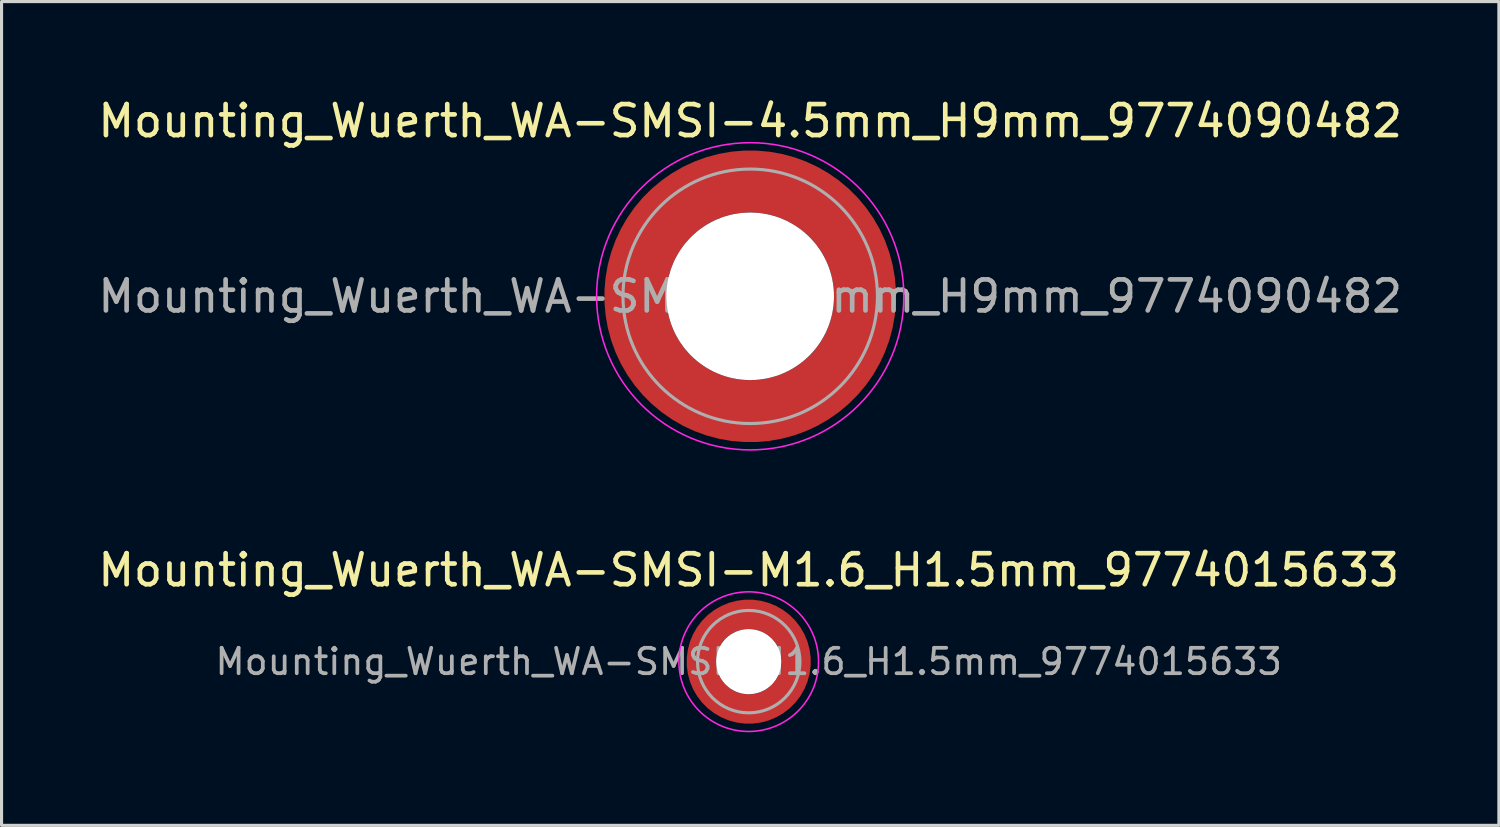
<source format=kicad_pcb>
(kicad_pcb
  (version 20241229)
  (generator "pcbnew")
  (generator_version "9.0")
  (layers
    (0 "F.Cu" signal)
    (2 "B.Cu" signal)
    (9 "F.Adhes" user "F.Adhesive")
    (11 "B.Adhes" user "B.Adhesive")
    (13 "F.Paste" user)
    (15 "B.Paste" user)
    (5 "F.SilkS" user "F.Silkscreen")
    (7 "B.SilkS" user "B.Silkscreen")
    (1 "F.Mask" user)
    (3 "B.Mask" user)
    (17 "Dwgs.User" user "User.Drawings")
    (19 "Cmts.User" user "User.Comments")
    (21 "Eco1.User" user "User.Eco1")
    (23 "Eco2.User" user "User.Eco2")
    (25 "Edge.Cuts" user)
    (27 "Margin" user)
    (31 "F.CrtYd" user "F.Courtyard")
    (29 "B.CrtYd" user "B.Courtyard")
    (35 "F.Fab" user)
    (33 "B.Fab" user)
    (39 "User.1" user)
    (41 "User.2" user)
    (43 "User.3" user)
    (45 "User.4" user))
  (footprint "Mounting_Wuerth_WA-SMSI-M1.6_H1.5mm_9774015633"
    (layer "F.Cu")
    (at 21.077 18.271)
    (property "Reference" "Mounting_Wuerth_WA-SMSI-M1.6_H1.5mm_9774015633" (at 0 -2.95 0) (layer "F.SilkS") (effects (font (size 1 1) (thickness 0.15))))
    (attr smd)
    (fp_circle (center 0 0) (end 2.25 0) (stroke (width 0.05) (type solid)) (fill no) (layer "F.CrtYd"))
    (fp_circle (center 0 0) (end 1.65 0) (stroke (width 0.1) (type solid)) (fill no) (layer "F.Fab"))
    (fp_text user "${REFERENCE}" (at 0 0 0) (layer "F.Fab") (effects (font (size 0.82 0.82) (thickness 0.12))))
    (pad "" smd custom (at -1.061 -1.061) (size 0.4 0.4) (layers "F.Paste") (options (anchor circle)) (primitives (gr_arc (start -0.101235 0.76066) (mid 0.211799 0.212465) (end 0.759748 -0.100999) (width 0.2)) (gr_arc (start -0.204251 0.76066) (mid 0.141299 0.141544) (end 0.760323 -0.204171) (width 0.2)) (gr_arc (start -0.306819 0.76066) (mid 0.070255 0.071167) (end 0.759401 -0.306542) (width 0.2)) (gr_arc (start -0.409034 0.76066) (mid -0.000242 0.000241) (end 0.759991 -0.408897) (width 0.2)) (gr_arc (start -0.510963 0.76066) (mid -0.071561 -0.06986) (end 0.758297 -0.51051) (width 0.2)) (gr_arc (start -0.61266 0.76066) (mid -0.142171 -0.140671) (end 0.758572 -0.612284) (width 0.2)) (gr_arc (start -0.714164 0.76066) (mid -0.212264 -0.212) (end 0.760292 -0.714102) (width 0.2)) (gr_line (start 0.761 -0.101) (end 0.761 -0.714) (width 0.2)) (gr_line (start -0.101 0.761) (end -0.714 0.761) (width 0.2))))
    (pad "" smd custom (at -1.061 1.061) (size 0.4 0.4) (layers "F.Paste") (options (anchor circle)) (primitives (gr_arc (start 0.76066 0.101235) (mid 0.212465 -0.211799) (end -0.100999 -0.759748) (width 0.2)) (gr_arc (start 0.76066 0.204251) (mid 0.141544 -0.141299) (end -0.204171 -0.760323) (width 0.2)) (gr_arc (start 0.76066 0.306819) (mid 0.071167 -0.070255) (end -0.306542 -0.759401) (width 0.2)) (gr_arc (start 0.76066 0.409034) (mid 0.000241 0.000242) (end -0.408897 -0.759991) (width 0.2)) (gr_arc (start 0.76066 0.510963) (mid -0.06986 0.071561) (end -0.51051 -0.758297) (width 0.2)) (gr_arc (start 0.76066 0.61266) (mid -0.140671 0.142171) (end -0.612284 -0.758572) (width 0.2)) (gr_arc (start 0.76066 0.714164) (mid -0.212 0.212264) (end -0.714102 -0.760292) (width 0.2)) (gr_line (start -0.101 -0.761) (end -0.714 -0.761) (width 0.2)) (gr_line (start 0.761 0.101) (end 0.761 0.714) (width 0.2))))
    (pad "" np_thru_hole circle (at 0 0) (size 2.1 2.1) (drill 2.1) (layers "*.Cu" "*.Mask"))
    (pad "" smd custom (at 1.061 -1.061) (size 0.4 0.4) (layers "F.Paste") (options (anchor circle)) (primitives (gr_arc (start -0.76066 -0.101235) (mid -0.212465 0.211799) (end 0.100999 0.759748) (width 0.2)) (gr_arc (start -0.76066 -0.204251) (mid -0.141544 0.141299) (end 0.204171 0.760323) (width 0.2)) (gr_arc (start -0.76066 -0.306819) (mid -0.071167 0.070255) (end 0.306542 0.759401) (width 0.2)) (gr_arc (start -0.76066 -0.409034) (mid -0.000241 -0.000242) (end 0.408897 0.759991) (width 0.2)) (gr_arc (start -0.76066 -0.510963) (mid 0.06986 -0.071561) (end 0.51051 0.758297) (width 0.2)) (gr_arc (start -0.76066 -0.61266) (mid 0.140671 -0.142171) (end 0.612284 0.758572) (width 0.2)) (gr_arc (start -0.76066 -0.714164) (mid 0.212 -0.212264) (end 0.714102 0.760292) (width 0.2)) (gr_line (start 0.101 0.761) (end 0.714 0.761) (width 0.2)) (gr_line (start -0.761 -0.101) (end -0.761 -0.714) (width 0.2))))
    (pad "" smd custom (at 1.061 1.061) (size 0.4 0.4) (layers "F.Paste") (options (anchor circle)) (primitives (gr_arc (start 0.101235 -0.76066) (mid -0.211799 -0.212465) (end -0.759748 0.100999) (width 0.2)) (gr_arc (start 0.204251 -0.76066) (mid -0.141299 -0.141544) (end -0.760323 0.204171) (width 0.2)) (gr_arc (start 0.306819 -0.76066) (mid -0.070255 -0.071167) (end -0.759401 0.306542) (width 0.2)) (gr_arc (start 0.409034 -0.76066) (mid 0.000242 -0.000241) (end -0.759991 0.408897) (width 0.2)) (gr_arc (start 0.510963 -0.76066) (mid 0.071561 0.06986) (end -0.758297 0.51051) (width 0.2)) (gr_arc (start 0.61266 -0.76066) (mid 0.142171 0.140671) (end -0.758572 0.612284) (width 0.2)) (gr_arc (start 0.714164 -0.76066) (mid 0.212264 0.212) (end -0.760292 0.714102) (width 0.2)) (gr_line (start -0.761 0.101) (end -0.761 0.714) (width 0.2)) (gr_line (start 0.101 -0.761) (end 0.714 -0.761) (width 0.2))))
    (pad "1" smd circle (at -1.525 0) (size 0.55 0.55) (layers "F.Cu"))
    (pad "1" smd circle (at 0 -1.525) (size 0.55 0.55) (layers "F.Cu"))
    (pad "1" smd circle (at 0 1.525) (size 0.55 0.55) (layers "F.Cu"))
    (pad "1" smd custom (at 1.525 0) (size 0.55 0.55) (layers "F.Cu" "F.Mask") (options (anchor circle)) (primitives (gr_circle (center -1.525 0) (end 0 0) (width 0.95) (fill no)))))
  (footprint "Mounting_Wuerth_WA-SMSI-4.5mm_H9mm_9774090482"
    (layer "F.Cu")
    (at 21.125 6.498)
    (property "Reference" "Mounting_Wuerth_WA-SMSI-4.5mm_H9mm_9774090482" (at 0 -5.65 0) (layer "F.SilkS") (effects (font (size 1 1) (thickness 0.15))))
    (attr smd)
    (fp_circle (center 0 0) (end 4.95 0) (stroke (width 0.05) (type solid)) (fill no) (layer "F.CrtYd"))
    (fp_circle (center 0 0) (end 4.1 0) (stroke (width 0.1) (type solid)) (fill no) (layer "F.Fab"))
    (fp_text user "${REFERENCE}" (at 0 0 0) (layer "F.Fab") (effects (font (size 1 1) (thickness 0.15))))
    (pad "" smd custom (at -2.607 -2.607) (size 1.495 1.495) (layers "F.Paste") (options (anchor circle)) (primitives (gr_arc (start -0.188183 2.107456) (mid 0.598928 0.599619) (end 2.106494 -0.188011) (width 0.2)) (gr_arc (start -0.289416 2.107456) (mid 0.528508 0.529033) (end 2.106724 -0.28929) (width 0.2)) (gr_arc (start -0.390547 2.107456) (mid 0.457087 0.459449) (end 2.104161 -0.389996) (width 0.2)) (gr_arc (start -0.491585 2.107456) (mid 0.386415 0.389116) (end 2.103685 -0.490974) (width 0.2)) (gr_arc (start -0.59254 2.107456) (mid 0.31649 0.318035) (end 2.105297 -0.592202) (width 0.2)) (gr_arc (start -0.693419 2.107456) (mid 0.245252 0.248268) (end 2.103239 -0.692777) (width 0.2)) (gr_arc (start -0.794229 2.107456) (mid 0.174636 0.177878) (end 2.102921 -0.793559) (width 0.2)) (gr_arc (start -0.894975 2.107456) (mid 0.104643 0.106866) (end 2.104343 -0.894529) (width 0.2)) (gr_arc (start -0.995664 2.107456) (mid 0.033026 0.037479) (end 2.101219 -0.994793) (width 0.2)) (gr_arc (start -1.0963 2.107456) (mid -0.035789 -0.034714) (end 2.105949 -1.096096) (width 0.2)) (gr_arc (start -1.196886 2.107456) (mid -0.106351 -0.105157) (end 2.105783 -1.196666) (width 0.2)) (gr_arc (start -1.297427 2.107456) (mid -0.176416 -0.176097) (end 2.107009 -1.29737) (width 0.2)) (gr_arc (start -1.397927 2.107456) (mid -0.248476 -0.245042) (end 2.102638 -1.397323) (width 0.2)) (gr_arc (start -1.498388 2.107456) (mid -0.317612 -0.316913) (end 2.106475 -1.498268) (width 0.2)) (gr_arc (start -1.598813 2.107456) (mid -0.388865 -0.386665) (end 2.104366 -1.598444) (width 0.2)) (gr_arc (start -1.699204 2.107456) (mid -0.459747 -0.456787) (end 2.103299 -1.698719) (width 0.2)) (gr_arc (start -1.799565 2.107456) (mid -0.530257 -0.527283) (end 2.103277 -1.799089) (width 0.2)) (gr_arc (start -1.899896 2.107456) (mid -0.600396 -0.59815) (end 2.104299 -1.899545) (width 0.2)) (gr_arc (start -1.899896 2.107456) (mid -0.600396 -0.59815) (end 2.104299 -1.899545) (width 0.2)) (gr_line (start 2.107 -0.188) (end 2.107 -1.9) (width 0.2)) (gr_line (start -0.188 2.107) (end -1.9 2.107) (width 0.2))))
    (pad "" smd custom (at -2.607 2.607) (size 1.495 1.495) (layers "F.Paste") (options (anchor circle)) (primitives (gr_arc (start 2.107456 0.188183) (mid 0.599619 -0.598928) (end -0.188011 -2.106494) (width 0.2)) (gr_arc (start 2.107456 0.289416) (mid 0.529033 -0.528508) (end -0.28929 -2.106724) (width 0.2)) (gr_arc (start 2.107456 0.390547) (mid 0.459449 -0.457087) (end -0.389996 -2.104161) (width 0.2)) (gr_arc (start 2.107456 0.491585) (mid 0.389116 -0.386415) (end -0.490974 -2.103685) (width 0.2)) (gr_arc (start 2.107456 0.59254) (mid 0.318035 -0.31649) (end -0.592202 -2.105297) (width 0.2)) (gr_arc (start 2.107456 0.693419) (mid 0.248268 -0.245252) (end -0.692777 -2.103239) (width 0.2)) (gr_arc (start 2.107456 0.794229) (mid 0.177878 -0.174636) (end -0.793559 -2.102921) (width 0.2)) (gr_arc (start 2.107456 0.894975) (mid 0.106866 -0.104643) (end -0.894529 -2.104343) (width 0.2)) (gr_arc (start 2.107456 0.995664) (mid 0.037479 -0.033026) (end -0.994793 -2.101219) (width 0.2)) (gr_arc (start 2.107456 1.0963) (mid -0.034714 0.035789) (end -1.096096 -2.105949) (width 0.2)) (gr_arc (start 2.107456 1.196886) (mid -0.105157 0.106351) (end -1.196666 -2.105783) (width 0.2)) (gr_arc (start 2.107456 1.297427) (mid -0.176097 0.176416) (end -1.29737 -2.107009) (width 0.2)) (gr_arc (start 2.107456 1.397927) (mid -0.245042 0.248476) (end -1.397323 -2.102638) (width 0.2)) (gr_arc (start 2.107456 1.498388) (mid -0.316913 0.317612) (end -1.498268 -2.106475) (width 0.2)) (gr_arc (start 2.107456 1.598813) (mid -0.386665 0.388865) (end -1.598444 -2.104366) (width 0.2)) (gr_arc (start 2.107456 1.699204) (mid -0.456787 0.459747) (end -1.698719 -2.103299) (width 0.2)) (gr_arc (start 2.107456 1.799565) (mid -0.527283 0.530257) (end -1.799089 -2.103277) (width 0.2)) (gr_arc (start 2.107456 1.899896) (mid -0.59815 0.600396) (end -1.899545 -2.104299) (width 0.2)) (gr_arc (start 2.107456 1.899896) (mid -0.59815 0.600396) (end -1.899545 -2.104299) (width 0.2)) (gr_line (start -0.188 -2.107) (end -1.9 -2.107) (width 0.2)) (gr_line (start 2.107 0.188) (end 2.107 1.9) (width 0.2))))
    (pad "" np_thru_hole circle (at 0 0) (size 5.4 5.4) (drill 5.4) (layers "*.Cu" "*.Mask"))
    (pad "" smd custom (at 2.607 -2.607) (size 1.495 1.495) (layers "F.Paste") (options (anchor circle)) (primitives (gr_arc (start -2.107456 -0.188183) (mid -0.599619 0.598928) (end 0.188011 2.106494) (width 0.2)) (gr_arc (start -2.107456 -0.289416) (mid -0.529033 0.528508) (end 0.28929 2.106724) (width 0.2)) (gr_arc (start -2.107456 -0.390547) (mid -0.459449 0.457087) (end 0.389996 2.104161) (width 0.2)) (gr_arc (start -2.107456 -0.491585) (mid -0.389116 0.386415) (end 0.490974 2.103685) (width 0.2)) (gr_arc (start -2.107456 -0.59254) (mid -0.318035 0.31649) (end 0.592202 2.105297) (width 0.2)) (gr_arc (start -2.107456 -0.693419) (mid -0.248268 0.245252) (end 0.692777 2.103239) (width 0.2)) (gr_arc (start -2.107456 -0.794229) (mid -0.177878 0.174636) (end 0.793559 2.102921) (width 0.2)) (gr_arc (start -2.107456 -0.894975) (mid -0.106866 0.104643) (end 0.894529 2.104343) (width 0.2)) (gr_arc (start -2.107456 -0.995664) (mid -0.037479 0.033026) (end 0.994793 2.101219) (width 0.2)) (gr_arc (start -2.107456 -1.0963) (mid 0.034714 -0.035789) (end 1.096096 2.105949) (width 0.2)) (gr_arc (start -2.107456 -1.196886) (mid 0.105157 -0.106351) (end 1.196666 2.105783) (width 0.2)) (gr_arc (start -2.107456 -1.297427) (mid 0.176097 -0.176416) (end 1.29737 2.107009) (width 0.2)) (gr_arc (start -2.107456 -1.397927) (mid 0.245042 -0.248476) (end 1.397323 2.102638) (width 0.2)) (gr_arc (start -2.107456 -1.498388) (mid 0.316913 -0.317612) (end 1.498268 2.106475) (width 0.2)) (gr_arc (start -2.107456 -1.598813) (mid 0.386665 -0.388865) (end 1.598444 2.104366) (width 0.2)) (gr_arc (start -2.107456 -1.699204) (mid 0.456787 -0.459747) (end 1.698719 2.103299) (width 0.2)) (gr_arc (start -2.107456 -1.799565) (mid 0.527283 -0.530257) (end 1.799089 2.103277) (width 0.2)) (gr_arc (start -2.107456 -1.899896) (mid 0.59815 -0.600396) (end 1.899545 2.104299) (width 0.2)) (gr_arc (start -2.107456 -1.899896) (mid 0.59815 -0.600396) (end 1.899545 2.104299) (width 0.2)) (gr_line (start 0.188 2.107) (end 1.9 2.107) (width 0.2)) (gr_line (start -2.107 -0.188) (end -2.107 -1.9) (width 0.2))))
    (pad "" smd custom (at 2.607 2.607) (size 1.495 1.495) (layers "F.Paste") (options (anchor circle)) (primitives (gr_arc (start 0.188183 -2.107456) (mid -0.598928 -0.599619) (end -2.106494 0.188011) (width 0.2)) (gr_arc (start 0.289416 -2.107456) (mid -0.528508 -0.529033) (end -2.106724 0.28929) (width 0.2)) (gr_arc (start 0.390547 -2.107456) (mid -0.457087 -0.459449) (end -2.104161 0.389996) (width 0.2)) (gr_arc (start 0.491585 -2.107456) (mid -0.386415 -0.389116) (end -2.103685 0.490974) (width 0.2)) (gr_arc (start 0.59254 -2.107456) (mid -0.31649 -0.318035) (end -2.105297 0.592202) (width 0.2)) (gr_arc (start 0.693419 -2.107456) (mid -0.245252 -0.248268) (end -2.103239 0.692777) (width 0.2)) (gr_arc (start 0.794229 -2.107456) (mid -0.174636 -0.177878) (end -2.102921 0.793559) (width 0.2)) (gr_arc (start 0.894975 -2.107456) (mid -0.104643 -0.106866) (end -2.104343 0.894529) (width 0.2)) (gr_arc (start 0.995664 -2.107456) (mid -0.033026 -0.037479) (end -2.101219 0.994793) (width 0.2)) (gr_arc (start 1.0963 -2.107456) (mid 0.035789 0.034714) (end -2.105949 1.096096) (width 0.2)) (gr_arc (start 1.196886 -2.107456) (mid 0.106351 0.105157) (end -2.105783 1.196666) (width 0.2)) (gr_arc (start 1.297427 -2.107456) (mid 0.176416 0.176097) (end -2.107009 1.29737) (width 0.2)) (gr_arc (start 1.397927 -2.107456) (mid 0.248476 0.245042) (end -2.102638 1.397323) (width 0.2)) (gr_arc (start 1.498388 -2.107456) (mid 0.317612 0.316913) (end -2.106475 1.498268) (width 0.2)) (gr_arc (start 1.598813 -2.107456) (mid 0.388865 0.386665) (end -2.104366 1.598444) (width 0.2)) (gr_arc (start 1.699204 -2.107456) (mid 0.459747 0.456787) (end -2.103299 1.698719) (width 0.2)) (gr_arc (start 1.799565 -2.107456) (mid 0.530257 0.527283) (end -2.103277 1.799089) (width 0.2)) (gr_arc (start 1.899896 -2.107456) (mid 0.600396 0.59815) (end -2.104299 1.899545) (width 0.2)) (gr_arc (start 1.899896 -2.107456) (mid 0.600396 0.59815) (end -2.104299 1.899545) (width 0.2)) (gr_line (start -2.107 0.188) (end -2.107 1.9) (width 0.2)) (gr_line (start 0.188 -2.107) (end 1.9 -2.107) (width 0.2))))
    (pad "1" smd circle (at -3.7 0) (size 1.6 1.6) (layers "F.Cu"))
    (pad "1" smd circle (at 0 -3.7) (size 1.6 1.6) (layers "F.Cu"))
    (pad "1" smd circle (at 0 3.7) (size 1.6 1.6) (layers "F.Cu"))
    (pad "1" smd custom (at 3.7 0) (size 1.6 1.6) (layers "F.Cu" "F.Mask") (options (anchor circle)) (primitives (gr_circle (center -3.7 0) (end 0 0) (width 2) (fill no)))))
  (gr_rect
    (start -3 -3)
    (end 45.25 23.547)
    (stroke (width 0.1) (type default))
    (fill no)
    (layer "Edge.Cuts")))
</source>
